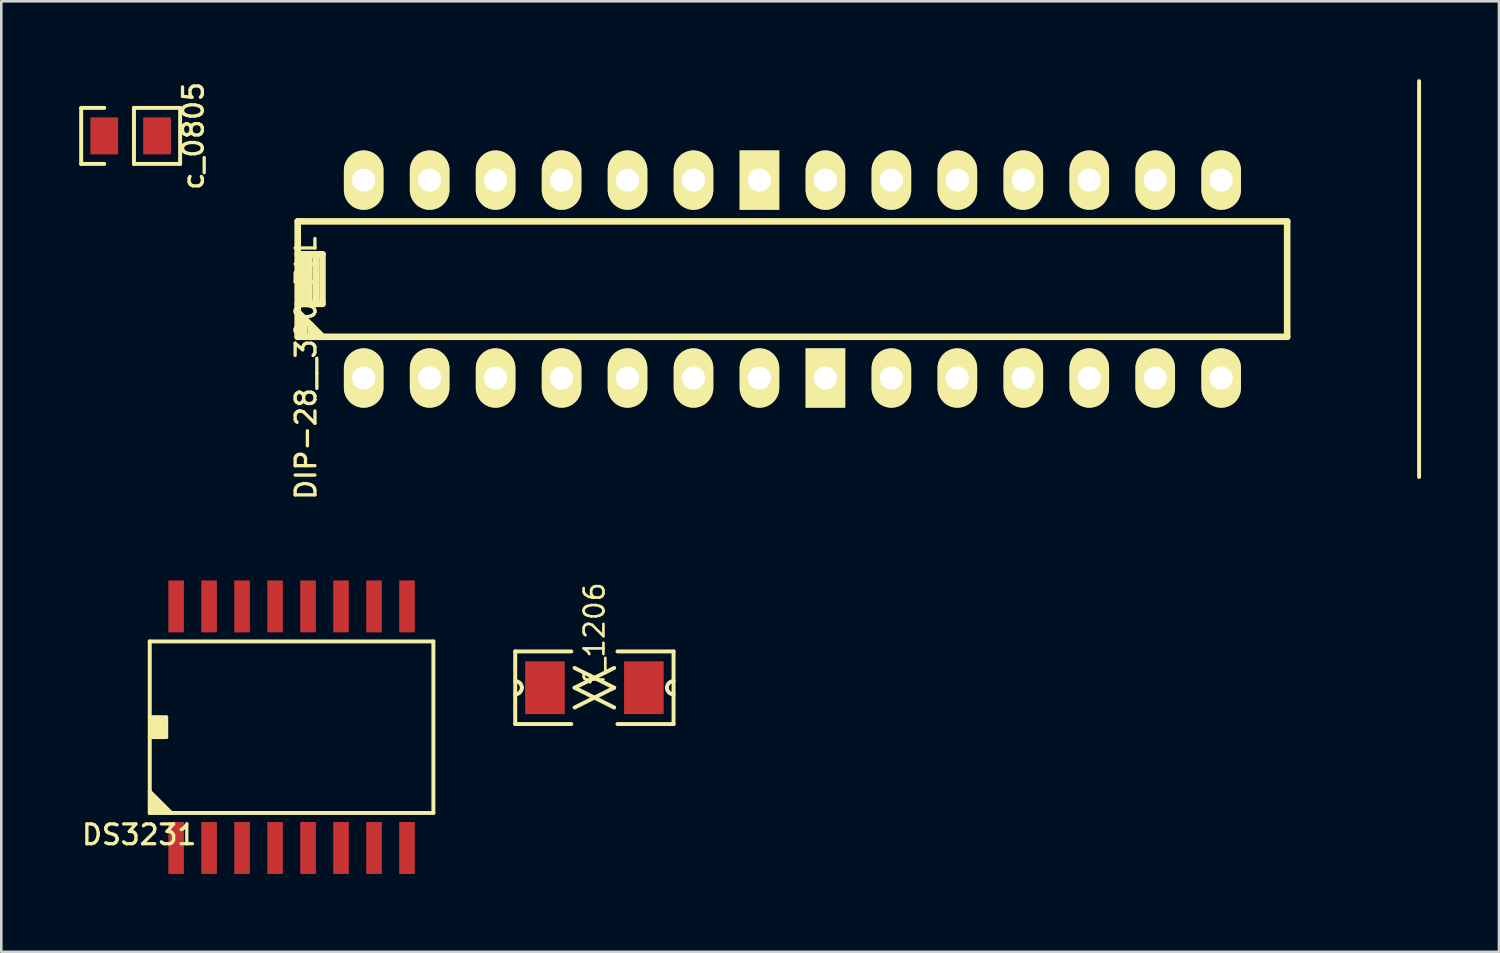
<source format=kicad_pcb>
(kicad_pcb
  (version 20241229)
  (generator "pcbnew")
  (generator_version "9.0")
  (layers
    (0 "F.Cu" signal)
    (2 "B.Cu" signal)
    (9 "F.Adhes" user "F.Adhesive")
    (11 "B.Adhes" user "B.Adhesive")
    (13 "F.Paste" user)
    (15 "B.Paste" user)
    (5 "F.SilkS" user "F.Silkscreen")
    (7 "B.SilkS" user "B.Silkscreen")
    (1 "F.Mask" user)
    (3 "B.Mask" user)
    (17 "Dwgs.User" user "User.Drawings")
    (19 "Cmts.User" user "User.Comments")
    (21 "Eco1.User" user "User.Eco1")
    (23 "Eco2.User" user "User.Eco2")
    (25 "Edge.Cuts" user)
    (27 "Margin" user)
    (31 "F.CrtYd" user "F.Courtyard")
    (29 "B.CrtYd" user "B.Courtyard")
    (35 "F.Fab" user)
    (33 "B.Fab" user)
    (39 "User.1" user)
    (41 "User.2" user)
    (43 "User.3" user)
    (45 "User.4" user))
  (footprint "c_0805"
    (layer "F.Cu")
    (at 1.981 2.183)
    (property "Reference" "c_0805" (at 2.413 0 90) (layer "F.SilkS") (effects (font (size 0.762 0.762) (thickness 0.127))))
    (attr smd)
    (fp_line (start -1.905 -1.079) (end -1.905 1.079) (stroke (width 0.152) (type solid)) (layer "F.SilkS"))
    (fp_line (start -1.905 -1.079) (end -1.016 -1.079) (stroke (width 0.152) (type solid)) (layer "F.SilkS"))
    (fp_line (start -1.016 1.079) (end -1.905 1.079) (stroke (width 0.152) (type solid)) (layer "F.SilkS"))
    (fp_line (start 0.127 -1.079) (end 0.127 1.079) (stroke (width 0.152) (type solid)) (layer "F.SilkS"))
    (fp_line (start 1.905 -1.079) (end 0.127 -1.079) (stroke (width 0.152) (type solid)) (layer "F.SilkS"))
    (fp_line (start 1.905 -1.079) (end 1.905 1.079) (stroke (width 0.152) (type solid)) (layer "F.SilkS"))
    (fp_line (start 1.905 1.079) (end 0.127 1.079) (stroke (width 0.152) (type solid)) (layer "F.SilkS"))
    (pad "1" smd rect (at 1.016 0) (size 1.067 1.422) (layers "F.Cu" "F.Mask" "F.Paste"))
    (pad "2" smd rect (at -1.016 0) (size 1.067 1.422) (layers "F.Cu" "F.Mask" "F.Paste")))
  (footprint "f_1206"
    (layer "F.Cu")
    (at 19.838 23.432)
    (property "Reference" "f_1206" (at 0 -2.095 90) (layer "F.SilkS") (effects (font (size 0.762 0.762) (thickness 0.102))))
    (attr smd)
    (fp_line (start -3.048 -1.397) (end -3.048 1.397) (stroke (width 0.152) (type solid)) (layer "F.SilkS"))
    (fp_line (start -3.048 1.397) (end -0.889 1.397) (stroke (width 0.152) (type solid)) (layer "F.SilkS"))
    (fp_line (start -0.889 -1.397) (end -3.048 -1.397) (stroke (width 0.152) (type solid)) (layer "F.SilkS"))
    (fp_line (start -0.762 0) (end 0.762 0.762) (stroke (width 0.152) (type solid)) (layer "F.SilkS"))
    (fp_line (start 0.762 -0.762) (end -0.762 0) (stroke (width 0.152) (type solid)) (layer "F.SilkS"))
    (fp_line (start 0.762 0) (end -0.762 -0.762) (stroke (width 0.152) (type solid)) (layer "F.SilkS"))
    (fp_line (start 0.762 0) (end -0.762 0.762) (stroke (width 0.152) (type solid)) (layer "F.SilkS"))
    (fp_line (start 0.889 -1.397) (end 3.048 -1.397) (stroke (width 0.152) (type solid)) (layer "F.SilkS"))
    (fp_line (start 3.048 -1.397) (end 3.048 1.397) (stroke (width 0.152) (type solid)) (layer "F.SilkS"))
    (fp_line (start 3.048 1.397) (end 0.889 1.397) (stroke (width 0.152) (type solid)) (layer "F.SilkS"))
    (fp_arc (start -3.048 -0.254) (mid -2.868395 -0.179605) (end -2.794 0) (stroke (width 0.1524) (type solid)) (layer "F.SilkS"))
    (fp_arc (start -2.794 0) (mid -2.868395 0.179605) (end -3.048 0.254) (stroke (width 0.1524) (type solid)) (layer "F.SilkS"))
    (fp_arc (start 2.794 0) (mid 2.868395 -0.179605) (end 3.048 -0.254) (stroke (width 0.1524) (type solid)) (layer "F.SilkS"))
    (fp_arc (start 3.048 0.254) (mid 2.868395 0.179605) (end 2.794 0) (stroke (width 0.1524) (type solid)) (layer "F.SilkS"))
    (pad "1" smd rect (at 1.905 0) (size 1.524 2.032) (layers "F.Cu" "F.Mask" "F.Paste"))
    (pad "2" smd rect (at -1.905 0) (size 1.524 2.032) (layers "F.Cu" "F.Mask" "F.Paste")))
  (footprint "DS3231"
    (layer "F.Cu")
    (at 8.177 24.952)
    (property "Reference" "DS3231" (at -5.867 4.14 0) (layer "F.SilkS") (effects (font (size 0.762 0.762) (thickness 0.127))))
    (attr smd)
    (fp_line (start -5.461 -3.302) (end -5.461 3.302) (stroke (width 0.152) (type solid)) (layer "F.SilkS"))
    (fp_line (start -5.461 -3.302) (end 5.461 -3.302) (stroke (width 0.152) (type solid)) (layer "F.SilkS"))
    (fp_line (start -5.461 -0.381) (end -4.826 -0.381) (stroke (width 0.152) (type solid)) (layer "F.SilkS"))
    (fp_line (start -5.461 0.381) (end -4.826 0.381) (stroke (width 0.152) (type solid)) (layer "F.SilkS"))
    (fp_line (start -5.461 2.477) (end -4.636 3.302) (stroke (width 0.152) (type solid)) (layer "F.SilkS"))
    (fp_line (start -5.461 2.857) (end -5.08 3.239) (stroke (width 0.152) (type solid)) (layer "F.SilkS"))
    (fp_line (start -5.461 3.048) (end -5.271 3.239) (stroke (width 0.152) (type solid)) (layer "F.SilkS"))
    (fp_line (start -5.334 -0.381) (end -5.334 0.381) (stroke (width 0.152) (type solid)) (layer "F.SilkS"))
    (fp_line (start -5.207 -0.381) (end -5.207 0.381) (stroke (width 0.152) (type solid)) (layer "F.SilkS"))
    (fp_line (start -5.08 -0.381) (end -5.08 0.381) (stroke (width 0.152) (type solid)) (layer "F.SilkS"))
    (fp_line (start -4.953 -0.381) (end -4.953 0.381) (stroke (width 0.152) (type solid)) (layer "F.SilkS"))
    (fp_line (start -4.826 -0.381) (end -4.826 0.381) (stroke (width 0.152) (type solid)) (layer "F.SilkS"))
    (fp_line (start -4.826 3.302) (end -5.461 2.667) (stroke (width 0.152) (type solid)) (layer "F.SilkS"))
    (fp_line (start 5.461 3.302) (end -5.461 3.302) (stroke (width 0.152) (type solid)) (layer "F.SilkS"))
    (fp_line (start 5.461 3.302) (end 5.461 -3.302) (stroke (width 0.152) (type solid)) (layer "F.SilkS"))
    (pad "1" smd rect (at -4.445 4.651) (size 0.599 1.999) (layers "F.Cu" "F.Mask" "F.Paste"))
    (pad "2" smd rect (at -3.175 4.651) (size 0.599 1.999) (layers "F.Cu" "F.Mask" "F.Paste"))
    (pad "3" smd rect (at -1.905 4.651) (size 0.599 1.999) (layers "F.Cu" "F.Mask" "F.Paste"))
    (pad "4" smd rect (at -0.635 4.651) (size 0.599 1.999) (layers "F.Cu" "F.Mask" "F.Paste"))
    (pad "5" smd rect (at 0.635 4.651) (size 0.599 1.999) (layers "F.Cu" "F.Mask" "F.Paste"))
    (pad "6" smd rect (at 1.905 4.651) (size 0.599 1.999) (layers "F.Cu" "F.Mask" "F.Paste"))
    (pad "7" smd rect (at 3.175 4.651) (size 0.599 1.999) (layers "F.Cu" "F.Mask" "F.Paste"))
    (pad "8" smd rect (at 4.445 4.651) (size 0.599 1.999) (layers "F.Cu" "F.Mask" "F.Paste"))
    (pad "9" smd rect (at 4.445 -4.651) (size 0.599 1.999) (layers "F.Cu" "F.Mask" "F.Paste"))
    (pad "10" smd rect (at 3.175 -4.651) (size 0.599 1.999) (layers "F.Cu" "F.Mask" "F.Paste"))
    (pad "11" smd rect (at 1.905 -4.651) (size 0.599 1.999) (layers "F.Cu" "F.Mask" "F.Paste"))
    (pad "12" smd rect (at 0.635 -4.651) (size 0.599 1.999) (layers "F.Cu" "F.Mask" "F.Paste"))
    (pad "13" smd rect (at -0.635 -4.651) (size 0.599 1.999) (layers "F.Cu" "F.Mask" "F.Paste"))
    (pad "14" smd rect (at -1.905 -4.651) (size 0.599 1.999) (layers "F.Cu" "F.Mask" "F.Paste"))
    (pad "15" smd rect (at -3.175 -4.651) (size 0.599 1.999) (layers "F.Cu" "F.Mask" "F.Paste"))
    (pad "16" smd rect (at -4.445 -4.651) (size 0.599 1.999) (layers "F.Cu" "F.Mask" "F.Paste")))
  (footprint "DIP-28__300_ELL"
    (layer "F.Cu")
    (at 27.464 7.696)
    (property "Reference" "DIP-28__300_ELL" (at -18.733 3.429 90) (layer "F.SilkS") (effects (font (size 0.762 0.762) (thickness 0.127))))
    (attr smd)
    (fp_line (start -19.05 -2.223) (end 19.05 -2.223) (stroke (width 0.254) (type solid)) (layer "F.SilkS"))
    (fp_line (start -19.05 -0.953) (end -18.098 -0.953) (stroke (width 0.254) (type solid)) (layer "F.SilkS"))
    (fp_line (start -19.05 1.27) (end -18.098 2.223) (stroke (width 0.254) (type solid)) (layer "F.SilkS"))
    (fp_line (start -19.05 2.223) (end -19.05 -2.223) (stroke (width 0.254) (type solid)) (layer "F.SilkS"))
    (fp_line (start -18.86 0.953) (end -18.86 -0.953) (stroke (width 0.254) (type solid)) (layer "F.SilkS"))
    (fp_line (start -18.796 2.223) (end -18.796 1.524) (stroke (width 0.254) (type solid)) (layer "F.SilkS"))
    (fp_line (start -18.605 -0.953) (end -18.605 0.953) (stroke (width 0.254) (type solid)) (layer "F.SilkS"))
    (fp_line (start -18.542 2.223) (end -18.542 1.778) (stroke (width 0.254) (type solid)) (layer "F.SilkS"))
    (fp_line (start -18.352 0.953) (end -18.352 -0.953) (stroke (width 0.254) (type solid)) (layer "F.SilkS"))
    (fp_line (start -18.098 -0.953) (end -18.098 0.953) (stroke (width 0.254) (type solid)) (layer "F.SilkS"))
    (fp_line (start -18.098 0.953) (end -19.05 0.953) (stroke (width 0.254) (type solid)) (layer "F.SilkS"))
    (fp_line (start 19.05 2.223) (end -19.05 2.223) (stroke (width 0.254) (type solid)) (layer "F.SilkS"))
    (fp_line (start 19.05 2.223) (end 19.05 -2.223) (stroke (width 0.254) (type solid)) (layer "F.SilkS"))
    (fp_line (start 24.13 -7.62) (end 24.13 7.62) (stroke (width 0.152) (type solid)) (layer "F.SilkS"))
    (pad "1" thru_hole oval (at -16.51 3.81) (size 1.524 2.286) (drill 0.889) (layers "*.Cu" "*.Mask" "F.SilkS"))
    (pad "2" thru_hole oval (at -13.97 3.81) (size 1.524 2.286) (drill 0.889) (layers "*.Cu" "*.Mask" "F.SilkS"))
    (pad "3" thru_hole oval (at -11.43 3.81) (size 1.524 2.286) (drill 0.889) (layers "*.Cu" "*.Mask" "F.SilkS"))
    (pad "4" thru_hole oval (at -8.89 3.81) (size 1.524 2.286) (drill 0.889) (layers "*.Cu" "*.Mask" "F.SilkS"))
    (pad "5" thru_hole oval (at -6.35 3.81) (size 1.524 2.286) (drill 0.889) (layers "*.Cu" "*.Mask" "F.SilkS"))
    (pad "6" thru_hole oval (at -3.81 3.81) (size 1.524 2.286) (drill 0.889) (layers "*.Cu" "*.Mask" "F.SilkS"))
    (pad "7" thru_hole oval (at -1.27 3.81) (size 1.524 2.286) (drill 0.889) (layers "*.Cu" "*.Mask" "F.SilkS"))
    (pad "8" thru_hole rect (at 1.27 3.81) (size 1.524 2.286) (drill 0.889) (layers "*.Cu" "*.Mask" "F.SilkS"))
    (pad "9" thru_hole oval (at 3.81 3.81) (size 1.524 2.286) (drill 0.889) (layers "*.Cu" "*.Mask" "F.SilkS"))
    (pad "10" thru_hole oval (at 6.35 3.81) (size 1.524 2.286) (drill 0.889) (layers "*.Cu" "*.Mask" "F.SilkS"))
    (pad "11" thru_hole oval (at 8.89 3.81) (size 1.524 2.286) (drill 0.889) (layers "*.Cu" "*.Mask" "F.SilkS"))
    (pad "12" thru_hole oval (at 11.43 3.81) (size 1.524 2.286) (drill 0.889) (layers "*.Cu" "*.Mask" "F.SilkS"))
    (pad "13" thru_hole oval (at 13.97 3.81) (size 1.524 2.286) (drill 0.889) (layers "*.Cu" "*.Mask" "F.SilkS"))
    (pad "14" thru_hole oval (at 16.51 3.81) (size 1.524 2.286) (drill 0.889) (layers "*.Cu" "*.Mask" "F.SilkS"))
    (pad "15" thru_hole oval (at 16.51 -3.81) (size 1.524 2.286) (drill 0.889) (layers "*.Cu" "*.Mask" "F.SilkS"))
    (pad "16" thru_hole oval (at 13.97 -3.81) (size 1.524 2.286) (drill 0.889) (layers "*.Cu" "*.Mask" "F.SilkS"))
    (pad "17" thru_hole oval (at 11.43 -3.81) (size 1.524 2.286) (drill 0.889) (layers "*.Cu" "*.Mask" "F.SilkS"))
    (pad "18" thru_hole oval (at 8.89 -3.81) (size 1.524 2.286) (drill 0.889) (layers "*.Cu" "*.Mask" "F.SilkS"))
    (pad "19" thru_hole oval (at 6.35 -3.81) (size 1.524 2.286) (drill 0.889) (layers "*.Cu" "*.Mask" "F.SilkS"))
    (pad "20" thru_hole oval (at 3.81 -3.81) (size 1.524 2.286) (drill 0.889) (layers "*.Cu" "*.Mask" "F.SilkS"))
    (pad "21" thru_hole oval (at 1.27 -3.81) (size 1.524 2.286) (drill 0.889) (layers "*.Cu" "*.Mask" "F.SilkS"))
    (pad "22" thru_hole rect (at -1.27 -3.81) (size 1.524 2.286) (drill 0.889) (layers "*.Cu" "*.Mask" "F.SilkS"))
    (pad "23" thru_hole oval (at -3.81 -3.81) (size 1.524 2.286) (drill 0.889) (layers "*.Cu" "*.Mask" "F.SilkS"))
    (pad "24" thru_hole oval (at -6.35 -3.81) (size 1.524 2.286) (drill 0.889) (layers "*.Cu" "*.Mask" "F.SilkS"))
    (pad "25" thru_hole oval (at -8.89 -3.81) (size 1.524 2.286) (drill 0.889) (layers "*.Cu" "*.Mask" "F.SilkS"))
    (pad "26" thru_hole oval (at -11.43 -3.81) (size 1.524 2.286) (drill 0.889) (layers "*.Cu" "*.Mask" "F.SilkS"))
    (pad "27" thru_hole oval (at -13.97 -3.81) (size 1.524 2.286) (drill 0.889) (layers "*.Cu" "*.Mask" "F.SilkS"))
    (pad "28" thru_hole oval (at -16.51 -3.81) (size 1.524 2.286) (drill 0.889) (layers "*.Cu" "*.Mask" "F.SilkS")))
  (gr_rect
    (start -3 -3)
    (end 54.67 33.602)
    (stroke (width 0.1) (type default))
    (fill no)
    (layer "Edge.Cuts")))
</source>
